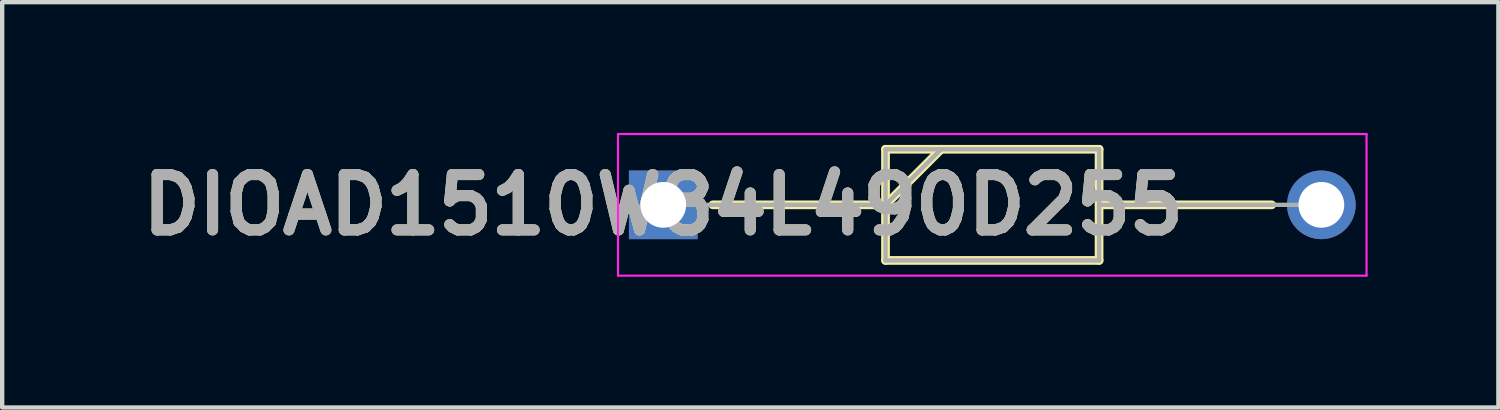
<source format=kicad_pcb>
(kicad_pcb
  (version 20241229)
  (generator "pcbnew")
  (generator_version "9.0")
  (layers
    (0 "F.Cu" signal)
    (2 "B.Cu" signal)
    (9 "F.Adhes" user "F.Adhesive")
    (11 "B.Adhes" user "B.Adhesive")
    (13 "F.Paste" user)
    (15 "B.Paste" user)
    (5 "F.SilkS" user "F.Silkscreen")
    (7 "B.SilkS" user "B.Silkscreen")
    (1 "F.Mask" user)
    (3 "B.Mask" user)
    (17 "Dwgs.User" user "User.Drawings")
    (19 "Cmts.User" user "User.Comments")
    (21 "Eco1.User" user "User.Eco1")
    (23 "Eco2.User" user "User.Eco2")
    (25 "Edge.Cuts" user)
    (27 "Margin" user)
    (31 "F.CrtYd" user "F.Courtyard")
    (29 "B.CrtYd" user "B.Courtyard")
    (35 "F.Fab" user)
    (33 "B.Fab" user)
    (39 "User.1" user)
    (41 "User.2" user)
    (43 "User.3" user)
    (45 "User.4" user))
  (footprint "DIOAD1510W84L490D255"
    (layer "F.Cu")
    (at 12.168 1.65)
    (property "Reference" "DIOAD1510W84L490D255" (at 0 0 0) (layer "F.SilkS") (effects (font (size 1.27 1.27) (thickness 0.254))))
    (attr through_hole)
    (fp_line (start 1.138 0) (end 5.1 0) (stroke (width 0.2) (type solid)) (layer "F.SilkS"))
    (fp_line (start 5.1 -1.275) (end 10 -1.275) (stroke (width 0.2) (type solid)) (layer "F.SilkS"))
    (fp_line (start 5.1 0) (end 6.375 -1.275) (stroke (width 0.2) (type solid)) (layer "F.SilkS"))
    (fp_line (start 5.1 1.275) (end 5.1 -1.275) (stroke (width 0.2) (type solid)) (layer "F.SilkS"))
    (fp_line (start 10 -1.275) (end 10 1.275) (stroke (width 0.2) (type solid)) (layer "F.SilkS"))
    (fp_line (start 10 0) (end 13.962 0) (stroke (width 0.2) (type solid)) (layer "F.SilkS"))
    (fp_line (start 10 1.275) (end 5.1 1.275) (stroke (width 0.2) (type solid)) (layer "F.SilkS"))
    (fp_line (start -1.038 -1.625) (end 16.137 -1.625) (stroke (width 0.05) (type solid)) (layer "F.CrtYd"))
    (fp_line (start -1.038 1.625) (end -1.038 -1.625) (stroke (width 0.05) (type solid)) (layer "F.CrtYd"))
    (fp_line (start 16.137 -1.625) (end 16.137 1.625) (stroke (width 0.05) (type solid)) (layer "F.CrtYd"))
    (fp_line (start 16.137 1.625) (end -1.038 1.625) (stroke (width 0.05) (type solid)) (layer "F.CrtYd"))
    (fp_line (start 0 0) (end 5.1 0) (stroke (width 0.1) (type solid)) (layer "F.Fab"))
    (fp_line (start 5.1 -1.275) (end 10 -1.275) (stroke (width 0.1) (type solid)) (layer "F.Fab"))
    (fp_line (start 5.1 0) (end 6.375 -1.275) (stroke (width 0.1) (type solid)) (layer "F.Fab"))
    (fp_line (start 5.1 1.275) (end 5.1 -1.275) (stroke (width 0.1) (type solid)) (layer "F.Fab"))
    (fp_line (start 10 -1.275) (end 10 1.275) (stroke (width 0.1) (type solid)) (layer "F.Fab"))
    (fp_line (start 10 0) (end 15.1 0) (stroke (width 0.1) (type solid)) (layer "F.Fab"))
    (fp_line (start 10 1.275) (end 5.1 1.275) (stroke (width 0.1) (type solid)) (layer "F.Fab"))
    (fp_text user "${REFERENCE}" (at 0 0 0) (layer "F.Fab") (effects (font (size 1.27 1.27) (thickness 0.254))))
    (pad "1" thru_hole rect (at 0 0) (size 1.575 1.575) (drill 1.05) (layers "*.Cu" "*.Mask"))
    (pad "2" thru_hole circle (at 15.1 0) (size 1.575 1.575) (drill 1.05) (layers "*.Cu" "*.Mask")))
  (gr_rect
    (start -3 -3)
    (end 31.33 6.3)
    (stroke (width 0.1) (type default))
    (fill no)
    (layer "Edge.Cuts")))
</source>
